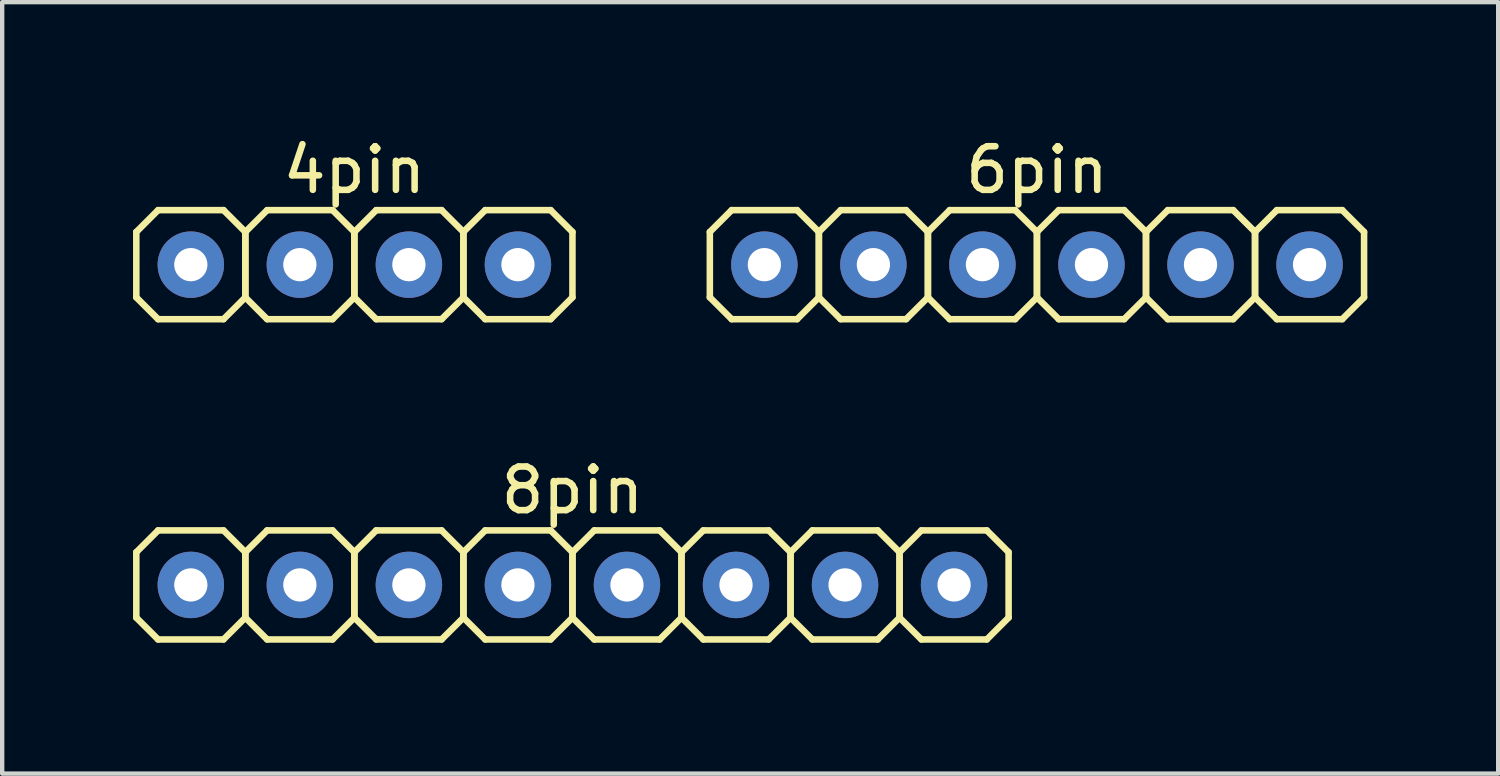
<source format=kicad_pcb>
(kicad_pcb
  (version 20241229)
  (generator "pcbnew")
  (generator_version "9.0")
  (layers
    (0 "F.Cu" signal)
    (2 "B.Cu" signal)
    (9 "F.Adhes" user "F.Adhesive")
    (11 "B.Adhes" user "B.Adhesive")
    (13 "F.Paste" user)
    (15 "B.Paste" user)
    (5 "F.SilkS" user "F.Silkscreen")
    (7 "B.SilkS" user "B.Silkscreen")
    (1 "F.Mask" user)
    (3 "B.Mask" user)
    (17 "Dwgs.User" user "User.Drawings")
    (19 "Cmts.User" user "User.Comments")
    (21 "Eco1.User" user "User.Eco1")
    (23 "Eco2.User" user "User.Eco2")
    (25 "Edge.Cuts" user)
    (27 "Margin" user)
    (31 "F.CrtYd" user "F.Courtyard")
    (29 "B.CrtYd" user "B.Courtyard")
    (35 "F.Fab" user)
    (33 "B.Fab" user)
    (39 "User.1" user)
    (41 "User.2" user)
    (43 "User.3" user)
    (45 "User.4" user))
  (footprint "8pin"
    (layer "F.Cu")
    (at 10.075 10.361)
    (property "Reference" "8pin" (at 0 -2.17 0) (layer "F.SilkS") (effects (font (size 1 1) (thickness 0.15))))
    (attr through_hole)
    (fp_line (start -10 -0.75) (end -10 0.75) (stroke (width 0.15) (type solid)) (layer "F.SilkS"))
    (fp_line (start -10 0.75) (end -9.5 1.25) (stroke (width 0.15) (type solid)) (layer "F.SilkS"))
    (fp_line (start -9.5 -1.25) (end -10 -0.75) (stroke (width 0.15) (type solid)) (layer "F.SilkS"))
    (fp_line (start -9.5 1.25) (end -8 1.25) (stroke (width 0.15) (type solid)) (layer "F.SilkS"))
    (fp_line (start -8 -1.25) (end -9.5 -1.25) (stroke (width 0.15) (type solid)) (layer "F.SilkS"))
    (fp_line (start -8 1.25) (end -7.5 0.75) (stroke (width 0.15) (type solid)) (layer "F.SilkS"))
    (fp_line (start -7.5 -0.75) (end -8 -1.25) (stroke (width 0.15) (type solid)) (layer "F.SilkS"))
    (fp_line (start -7.5 -0.75) (end -7.5 0.75) (stroke (width 0.15) (type solid)) (layer "F.SilkS"))
    (fp_line (start -7.5 0.75) (end -7.5 -0.75) (stroke (width 0.15) (type solid)) (layer "F.SilkS"))
    (fp_line (start -7.5 0.75) (end -7 1.25) (stroke (width 0.15) (type solid)) (layer "F.SilkS"))
    (fp_line (start -7 -1.25) (end -7.5 -0.75) (stroke (width 0.15) (type solid)) (layer "F.SilkS"))
    (fp_line (start -7 1.25) (end -5.5 1.25) (stroke (width 0.15) (type solid)) (layer "F.SilkS"))
    (fp_line (start -5.5 -1.25) (end -7 -1.25) (stroke (width 0.15) (type solid)) (layer "F.SilkS"))
    (fp_line (start -5.5 1.25) (end -5 0.75) (stroke (width 0.15) (type solid)) (layer "F.SilkS"))
    (fp_line (start -5 -0.75) (end -5.5 -1.25) (stroke (width 0.15) (type solid)) (layer "F.SilkS"))
    (fp_line (start -5 -0.75) (end -5 0.75) (stroke (width 0.15) (type solid)) (layer "F.SilkS"))
    (fp_line (start -5 0.75) (end -5 -0.75) (stroke (width 0.15) (type solid)) (layer "F.SilkS"))
    (fp_line (start -5 0.75) (end -4.5 1.25) (stroke (width 0.15) (type solid)) (layer "F.SilkS"))
    (fp_line (start -4.5 -1.25) (end -5 -0.75) (stroke (width 0.15) (type solid)) (layer "F.SilkS"))
    (fp_line (start -4.5 1.25) (end -3 1.25) (stroke (width 0.15) (type solid)) (layer "F.SilkS"))
    (fp_line (start -3 -1.25) (end -4.5 -1.25) (stroke (width 0.15) (type solid)) (layer "F.SilkS"))
    (fp_line (start -3 1.25) (end -2.5 0.75) (stroke (width 0.15) (type solid)) (layer "F.SilkS"))
    (fp_line (start -2.5 -0.75) (end -3 -1.25) (stroke (width 0.15) (type solid)) (layer "F.SilkS"))
    (fp_line (start -2.5 -0.75) (end -2.5 0.75) (stroke (width 0.15) (type solid)) (layer "F.SilkS"))
    (fp_line (start -2.5 0.75) (end -2.5 -0.75) (stroke (width 0.15) (type solid)) (layer "F.SilkS"))
    (fp_line (start -2.5 0.75) (end -2 1.25) (stroke (width 0.15) (type solid)) (layer "F.SilkS"))
    (fp_line (start -2 -1.25) (end -2.5 -0.75) (stroke (width 0.15) (type solid)) (layer "F.SilkS"))
    (fp_line (start -2 1.25) (end -0.5 1.25) (stroke (width 0.15) (type solid)) (layer "F.SilkS"))
    (fp_line (start -0.5 -1.25) (end -2 -1.25) (stroke (width 0.15) (type solid)) (layer "F.SilkS"))
    (fp_line (start -0.5 1.25) (end 0 0.75) (stroke (width 0.15) (type solid)) (layer "F.SilkS"))
    (fp_line (start 0 -0.75) (end -0.5 -1.25) (stroke (width 0.15) (type solid)) (layer "F.SilkS"))
    (fp_line (start 0 -0.75) (end 0 0.75) (stroke (width 0.15) (type solid)) (layer "F.SilkS"))
    (fp_line (start 0 0.75) (end 0 -0.75) (stroke (width 0.15) (type solid)) (layer "F.SilkS"))
    (fp_line (start 0 0.75) (end 0.5 1.25) (stroke (width 0.15) (type solid)) (layer "F.SilkS"))
    (fp_line (start 0.5 -1.25) (end 0 -0.75) (stroke (width 0.15) (type solid)) (layer "F.SilkS"))
    (fp_line (start 0.5 1.25) (end 2 1.25) (stroke (width 0.15) (type solid)) (layer "F.SilkS"))
    (fp_line (start 2 -1.25) (end 0.5 -1.25) (stroke (width 0.15) (type solid)) (layer "F.SilkS"))
    (fp_line (start 2 1.25) (end 2.5 0.75) (stroke (width 0.15) (type solid)) (layer "F.SilkS"))
    (fp_line (start 2.5 -0.75) (end 2 -1.25) (stroke (width 0.15) (type solid)) (layer "F.SilkS"))
    (fp_line (start 2.5 -0.75) (end 2.5 0.75) (stroke (width 0.15) (type solid)) (layer "F.SilkS"))
    (fp_line (start 2.5 0.75) (end 2.5 -0.75) (stroke (width 0.15) (type solid)) (layer "F.SilkS"))
    (fp_line (start 2.5 0.75) (end 3 1.25) (stroke (width 0.15) (type solid)) (layer "F.SilkS"))
    (fp_line (start 3 -1.25) (end 2.5 -0.75) (stroke (width 0.15) (type solid)) (layer "F.SilkS"))
    (fp_line (start 3 1.25) (end 4.5 1.25) (stroke (width 0.15) (type solid)) (layer "F.SilkS"))
    (fp_line (start 4.5 -1.25) (end 3 -1.25) (stroke (width 0.15) (type solid)) (layer "F.SilkS"))
    (fp_line (start 4.5 1.25) (end 5 0.75) (stroke (width 0.15) (type solid)) (layer "F.SilkS"))
    (fp_line (start 5 -0.75) (end 4.5 -1.25) (stroke (width 0.15) (type solid)) (layer "F.SilkS"))
    (fp_line (start 5 -0.75) (end 5 0.75) (stroke (width 0.15) (type solid)) (layer "F.SilkS"))
    (fp_line (start 5 0.75) (end 5 -0.75) (stroke (width 0.15) (type solid)) (layer "F.SilkS"))
    (fp_line (start 5 0.75) (end 5.5 1.25) (stroke (width 0.15) (type solid)) (layer "F.SilkS"))
    (fp_line (start 5.5 -1.25) (end 5 -0.75) (stroke (width 0.15) (type solid)) (layer "F.SilkS"))
    (fp_line (start 5.5 1.25) (end 7 1.25) (stroke (width 0.15) (type solid)) (layer "F.SilkS"))
    (fp_line (start 7 -1.25) (end 5.5 -1.25) (stroke (width 0.15) (type solid)) (layer "F.SilkS"))
    (fp_line (start 7 1.25) (end 7.5 0.75) (stroke (width 0.15) (type solid)) (layer "F.SilkS"))
    (fp_line (start 7.5 -0.75) (end 7 -1.25) (stroke (width 0.15) (type solid)) (layer "F.SilkS"))
    (fp_line (start 7.5 -0.75) (end 7.5 0.75) (stroke (width 0.15) (type solid)) (layer "F.SilkS"))
    (fp_line (start 7.5 0.75) (end 7.5 -0.75) (stroke (width 0.15) (type solid)) (layer "F.SilkS"))
    (fp_line (start 7.5 0.75) (end 8 1.25) (stroke (width 0.15) (type solid)) (layer "F.SilkS"))
    (fp_line (start 8 -1.25) (end 7.5 -0.75) (stroke (width 0.15) (type solid)) (layer "F.SilkS"))
    (fp_line (start 8 1.25) (end 9.5 1.25) (stroke (width 0.15) (type solid)) (layer "F.SilkS"))
    (fp_line (start 9.5 -1.25) (end 8 -1.25) (stroke (width 0.15) (type solid)) (layer "F.SilkS"))
    (fp_line (start 9.5 1.25) (end 10 0.75) (stroke (width 0.15) (type solid)) (layer "F.SilkS"))
    (fp_line (start 10 -0.75) (end 9.5 -1.25) (stroke (width 0.15) (type solid)) (layer "F.SilkS"))
    (fp_line (start 10 0.75) (end 10 -0.75) (stroke (width 0.15) (type solid)) (layer "F.SilkS"))
    (pad "1" thru_hole circle (at -8.75 0) (size 1.524 1.524) (drill 0.762) (layers "*.Cu" "*.Mask"))
    (pad "2" thru_hole circle (at -6.25 0) (size 1.524 1.524) (drill 0.762) (layers "*.Cu" "*.Mask"))
    (pad "3" thru_hole circle (at -3.75 0) (size 1.524 1.524) (drill 0.762) (layers "*.Cu" "*.Mask"))
    (pad "4" thru_hole circle (at -1.25 0) (size 1.524 1.524) (drill 0.762) (layers "*.Cu" "*.Mask"))
    (pad "5" thru_hole circle (at 1.25 0) (size 1.524 1.524) (drill 0.762) (layers "*.Cu" "*.Mask"))
    (pad "6" thru_hole circle (at 3.75 0) (size 1.524 1.524) (drill 0.762) (layers "*.Cu" "*.Mask"))
    (pad "7" thru_hole circle (at 6.25 0) (size 1.524 1.524) (drill 0.762) (layers "*.Cu" "*.Mask"))
    (pad "8" thru_hole circle (at 8.75 0) (size 1.524 1.524) (drill 0.762) (layers "*.Cu" "*.Mask")))
  (footprint "4pin"
    (layer "F.Cu")
    (at 5.075 3.018)
    (property "Reference" "4pin" (at 0 -2.17 0) (layer "F.SilkS") (effects (font (size 1 1) (thickness 0.15))))
    (attr through_hole)
    (fp_line (start -5 -0.75) (end -5 0.75) (stroke (width 0.15) (type solid)) (layer "F.SilkS"))
    (fp_line (start -5 0.75) (end -4.5 1.25) (stroke (width 0.15) (type solid)) (layer "F.SilkS"))
    (fp_line (start -4.5 -1.25) (end -5 -0.75) (stroke (width 0.15) (type solid)) (layer "F.SilkS"))
    (fp_line (start -4.5 1.25) (end -3 1.25) (stroke (width 0.15) (type solid)) (layer "F.SilkS"))
    (fp_line (start -3 -1.25) (end -4.5 -1.25) (stroke (width 0.15) (type solid)) (layer "F.SilkS"))
    (fp_line (start -3 1.25) (end -2.5 0.75) (stroke (width 0.15) (type solid)) (layer "F.SilkS"))
    (fp_line (start -2.5 -0.75) (end -3 -1.25) (stroke (width 0.15) (type solid)) (layer "F.SilkS"))
    (fp_line (start -2.5 -0.75) (end -2.5 0.75) (stroke (width 0.15) (type solid)) (layer "F.SilkS"))
    (fp_line (start -2.5 0.75) (end -2.5 -0.75) (stroke (width 0.15) (type solid)) (layer "F.SilkS"))
    (fp_line (start -2.5 0.75) (end -2 1.25) (stroke (width 0.15) (type solid)) (layer "F.SilkS"))
    (fp_line (start -2 -1.25) (end -2.5 -0.75) (stroke (width 0.15) (type solid)) (layer "F.SilkS"))
    (fp_line (start -2 1.25) (end -0.5 1.25) (stroke (width 0.15) (type solid)) (layer "F.SilkS"))
    (fp_line (start -0.5 -1.25) (end -2 -1.25) (stroke (width 0.15) (type solid)) (layer "F.SilkS"))
    (fp_line (start -0.5 1.25) (end 0 0.75) (stroke (width 0.15) (type solid)) (layer "F.SilkS"))
    (fp_line (start 0 -0.75) (end -0.5 -1.25) (stroke (width 0.15) (type solid)) (layer "F.SilkS"))
    (fp_line (start 0 -0.75) (end 0 0.75) (stroke (width 0.15) (type solid)) (layer "F.SilkS"))
    (fp_line (start 0 0.75) (end 0 -0.75) (stroke (width 0.15) (type solid)) (layer "F.SilkS"))
    (fp_line (start 0 0.75) (end 0.5 1.25) (stroke (width 0.15) (type solid)) (layer "F.SilkS"))
    (fp_line (start 0.5 -1.25) (end 0 -0.75) (stroke (width 0.15) (type solid)) (layer "F.SilkS"))
    (fp_line (start 0.5 1.25) (end 2 1.25) (stroke (width 0.15) (type solid)) (layer "F.SilkS"))
    (fp_line (start 2 -1.25) (end 0.5 -1.25) (stroke (width 0.15) (type solid)) (layer "F.SilkS"))
    (fp_line (start 2 1.25) (end 2.5 0.75) (stroke (width 0.15) (type solid)) (layer "F.SilkS"))
    (fp_line (start 2.5 -0.75) (end 2 -1.25) (stroke (width 0.15) (type solid)) (layer "F.SilkS"))
    (fp_line (start 2.5 -0.75) (end 2.5 0.75) (stroke (width 0.15) (type solid)) (layer "F.SilkS"))
    (fp_line (start 2.5 0.75) (end 2.5 -0.75) (stroke (width 0.15) (type solid)) (layer "F.SilkS"))
    (fp_line (start 2.5 0.75) (end 3 1.25) (stroke (width 0.15) (type solid)) (layer "F.SilkS"))
    (fp_line (start 3 -1.25) (end 2.5 -0.75) (stroke (width 0.15) (type solid)) (layer "F.SilkS"))
    (fp_line (start 3 1.25) (end 4.5 1.25) (stroke (width 0.15) (type solid)) (layer "F.SilkS"))
    (fp_line (start 4.5 -1.25) (end 3 -1.25) (stroke (width 0.15) (type solid)) (layer "F.SilkS"))
    (fp_line (start 4.5 1.25) (end 5 0.75) (stroke (width 0.15) (type solid)) (layer "F.SilkS"))
    (fp_line (start 5 -0.75) (end 4.5 -1.25) (stroke (width 0.15) (type solid)) (layer "F.SilkS"))
    (fp_line (start 5 0.75) (end 5 -0.75) (stroke (width 0.15) (type solid)) (layer "F.SilkS"))
    (pad "1" thru_hole circle (at -3.75 0) (size 1.524 1.524) (drill 0.762) (layers "*.Cu" "*.Mask"))
    (pad "2" thru_hole circle (at -1.25 0) (size 1.524 1.524) (drill 0.762) (layers "*.Cu" "*.Mask"))
    (pad "3" thru_hole circle (at 1.25 0) (size 1.524 1.524) (drill 0.762) (layers "*.Cu" "*.Mask"))
    (pad "4" thru_hole circle (at 3.75 0) (size 1.524 1.524) (drill 0.762) (layers "*.Cu" "*.Mask")))
  (footprint "6pin"
    (layer "F.Cu")
    (at 20.725 3.018)
    (property "Reference" "6pin" (at 0 -2.17 0) (layer "F.SilkS") (effects (font (size 1 1) (thickness 0.15))))
    (attr through_hole)
    (fp_line (start -7.5 -0.75) (end -7.5 0.75) (stroke (width 0.15) (type solid)) (layer "F.SilkS"))
    (fp_line (start -7.5 0.75) (end -7 1.25) (stroke (width 0.15) (type solid)) (layer "F.SilkS"))
    (fp_line (start -7 -1.25) (end -7.5 -0.75) (stroke (width 0.15) (type solid)) (layer "F.SilkS"))
    (fp_line (start -7 1.25) (end -5.5 1.25) (stroke (width 0.15) (type solid)) (layer "F.SilkS"))
    (fp_line (start -5.5 -1.25) (end -7 -1.25) (stroke (width 0.15) (type solid)) (layer "F.SilkS"))
    (fp_line (start -5.5 1.25) (end -5 0.75) (stroke (width 0.15) (type solid)) (layer "F.SilkS"))
    (fp_line (start -5 -0.75) (end -5.5 -1.25) (stroke (width 0.15) (type solid)) (layer "F.SilkS"))
    (fp_line (start -5 -0.75) (end -5 0.75) (stroke (width 0.15) (type solid)) (layer "F.SilkS"))
    (fp_line (start -5 0.75) (end -5 -0.75) (stroke (width 0.15) (type solid)) (layer "F.SilkS"))
    (fp_line (start -5 0.75) (end -4.5 1.25) (stroke (width 0.15) (type solid)) (layer "F.SilkS"))
    (fp_line (start -4.5 -1.25) (end -5 -0.75) (stroke (width 0.15) (type solid)) (layer "F.SilkS"))
    (fp_line (start -4.5 1.25) (end -3 1.25) (stroke (width 0.15) (type solid)) (layer "F.SilkS"))
    (fp_line (start -3 -1.25) (end -4.5 -1.25) (stroke (width 0.15) (type solid)) (layer "F.SilkS"))
    (fp_line (start -3 1.25) (end -2.5 0.75) (stroke (width 0.15) (type solid)) (layer "F.SilkS"))
    (fp_line (start -2.5 -0.75) (end -3 -1.25) (stroke (width 0.15) (type solid)) (layer "F.SilkS"))
    (fp_line (start -2.5 -0.75) (end -2.5 0.75) (stroke (width 0.15) (type solid)) (layer "F.SilkS"))
    (fp_line (start -2.5 0.75) (end -2.5 -0.75) (stroke (width 0.15) (type solid)) (layer "F.SilkS"))
    (fp_line (start -2.5 0.75) (end -2 1.25) (stroke (width 0.15) (type solid)) (layer "F.SilkS"))
    (fp_line (start -2 -1.25) (end -2.5 -0.75) (stroke (width 0.15) (type solid)) (layer "F.SilkS"))
    (fp_line (start -2 1.25) (end -0.5 1.25) (stroke (width 0.15) (type solid)) (layer "F.SilkS"))
    (fp_line (start -0.5 -1.25) (end -2 -1.25) (stroke (width 0.15) (type solid)) (layer "F.SilkS"))
    (fp_line (start -0.5 1.25) (end 0 0.75) (stroke (width 0.15) (type solid)) (layer "F.SilkS"))
    (fp_line (start 0 -0.75) (end -0.5 -1.25) (stroke (width 0.15) (type solid)) (layer "F.SilkS"))
    (fp_line (start 0 -0.75) (end 0 0.75) (stroke (width 0.15) (type solid)) (layer "F.SilkS"))
    (fp_line (start 0 0.75) (end 0 -0.75) (stroke (width 0.15) (type solid)) (layer "F.SilkS"))
    (fp_line (start 0 0.75) (end 0.5 1.25) (stroke (width 0.15) (type solid)) (layer "F.SilkS"))
    (fp_line (start 0.5 -1.25) (end 0 -0.75) (stroke (width 0.15) (type solid)) (layer "F.SilkS"))
    (fp_line (start 0.5 1.25) (end 2 1.25) (stroke (width 0.15) (type solid)) (layer "F.SilkS"))
    (fp_line (start 2 -1.25) (end 0.5 -1.25) (stroke (width 0.15) (type solid)) (layer "F.SilkS"))
    (fp_line (start 2 1.25) (end 2.5 0.75) (stroke (width 0.15) (type solid)) (layer "F.SilkS"))
    (fp_line (start 2.5 -0.75) (end 2 -1.25) (stroke (width 0.15) (type solid)) (layer "F.SilkS"))
    (fp_line (start 2.5 -0.75) (end 2.5 0.75) (stroke (width 0.15) (type solid)) (layer "F.SilkS"))
    (fp_line (start 2.5 0.75) (end 2.5 -0.75) (stroke (width 0.15) (type solid)) (layer "F.SilkS"))
    (fp_line (start 2.5 0.75) (end 3 1.25) (stroke (width 0.15) (type solid)) (layer "F.SilkS"))
    (fp_line (start 3 -1.25) (end 2.5 -0.75) (stroke (width 0.15) (type solid)) (layer "F.SilkS"))
    (fp_line (start 3 1.25) (end 4.5 1.25) (stroke (width 0.15) (type solid)) (layer "F.SilkS"))
    (fp_line (start 4.5 -1.25) (end 3 -1.25) (stroke (width 0.15) (type solid)) (layer "F.SilkS"))
    (fp_line (start 4.5 1.25) (end 5 0.75) (stroke (width 0.15) (type solid)) (layer "F.SilkS"))
    (fp_line (start 5 -0.75) (end 4.5 -1.25) (stroke (width 0.15) (type solid)) (layer "F.SilkS"))
    (fp_line (start 5 -0.75) (end 5 0.75) (stroke (width 0.15) (type solid)) (layer "F.SilkS"))
    (fp_line (start 5 0.75) (end 5 -0.75) (stroke (width 0.15) (type solid)) (layer "F.SilkS"))
    (fp_line (start 5 0.75) (end 5.5 1.25) (stroke (width 0.15) (type solid)) (layer "F.SilkS"))
    (fp_line (start 5.5 -1.25) (end 5 -0.75) (stroke (width 0.15) (type solid)) (layer "F.SilkS"))
    (fp_line (start 5.5 1.25) (end 7 1.25) (stroke (width 0.15) (type solid)) (layer "F.SilkS"))
    (fp_line (start 7 -1.25) (end 5.5 -1.25) (stroke (width 0.15) (type solid)) (layer "F.SilkS"))
    (fp_line (start 7 1.25) (end 7.5 0.75) (stroke (width 0.15) (type solid)) (layer "F.SilkS"))
    (fp_line (start 7.5 -0.75) (end 7 -1.25) (stroke (width 0.15) (type solid)) (layer "F.SilkS"))
    (fp_line (start 7.5 0.75) (end 7.5 -0.75) (stroke (width 0.15) (type solid)) (layer "F.SilkS"))
    (pad "1" thru_hole circle (at -6.25 0) (size 1.524 1.524) (drill 0.762) (layers "*.Cu" "*.Mask"))
    (pad "2" thru_hole circle (at -3.75 0) (size 1.524 1.524) (drill 0.762) (layers "*.Cu" "*.Mask"))
    (pad "3" thru_hole circle (at -1.25 0) (size 1.524 1.524) (drill 0.762) (layers "*.Cu" "*.Mask"))
    (pad "4" thru_hole circle (at 1.25 0) (size 1.524 1.524) (drill 0.762) (layers "*.Cu" "*.Mask"))
    (pad "5" thru_hole circle (at 3.75 0) (size 1.524 1.524) (drill 0.762) (layers "*.Cu" "*.Mask"))
    (pad "6" thru_hole circle (at 6.25 0) (size 1.524 1.524) (drill 0.762) (layers "*.Cu" "*.Mask")))
  (gr_rect
    (start -3 -3)
    (end 31.3 14.687)
    (stroke (width 0.1) (type default))
    (fill no)
    (layer "Edge.Cuts")))
</source>
